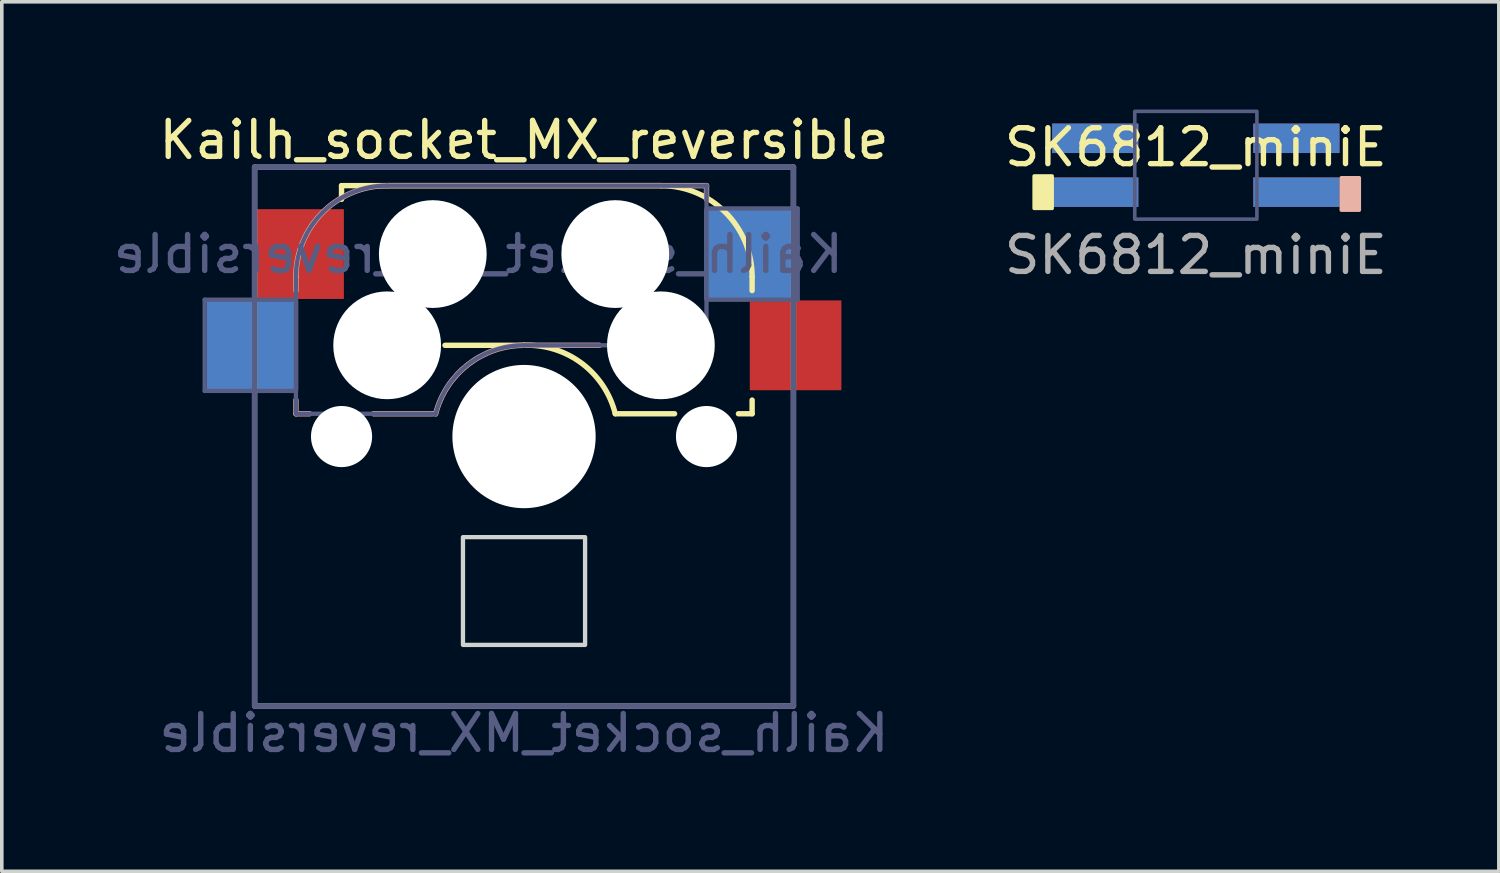
<source format=kicad_pcb>
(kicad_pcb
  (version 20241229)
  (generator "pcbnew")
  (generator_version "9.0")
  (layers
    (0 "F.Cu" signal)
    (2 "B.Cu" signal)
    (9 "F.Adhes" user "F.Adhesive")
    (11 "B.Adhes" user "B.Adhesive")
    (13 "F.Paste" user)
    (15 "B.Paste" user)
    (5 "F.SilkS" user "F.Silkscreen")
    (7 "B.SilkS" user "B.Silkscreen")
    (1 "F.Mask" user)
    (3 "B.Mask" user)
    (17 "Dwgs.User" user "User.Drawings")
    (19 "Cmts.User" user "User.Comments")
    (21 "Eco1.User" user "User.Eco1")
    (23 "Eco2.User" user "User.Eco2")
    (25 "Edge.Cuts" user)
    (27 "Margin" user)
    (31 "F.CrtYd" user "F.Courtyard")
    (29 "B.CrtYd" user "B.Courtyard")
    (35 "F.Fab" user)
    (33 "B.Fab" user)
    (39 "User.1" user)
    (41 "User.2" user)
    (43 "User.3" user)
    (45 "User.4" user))
  (footprint "Kailh_socket_MX_reversible"
    (layer "F.Cu")
    (at 11.538 9.103)
    (property "Reference" "Kailh_socket_MX_reversible" (at 0 -8.255 0) (layer "F.SilkS") (effects (font (size 1 1) (thickness 0.15))))
    (property "Value" "Kailh_socket_MX_reversible" (at 0 8.255 0) (layer "F.Fab") (hide yes) (effects (font (size 1 1) (thickness 0.15))))
    (attr smd)
    (fp_line (start -5.08 -6.985) (end 3.81 -6.985) (stroke (width 0.15) (type solid)) (layer "F.SilkS"))
    (fp_line (start -5.08 -6.604) (end -5.08 -6.985) (stroke (width 0.15) (type solid)) (layer "F.SilkS"))
    (fp_line (start 0 -2.54) (end -2.2 -2.54) (stroke (width 0.15) (type solid)) (layer "F.SilkS"))
    (fp_line (start 4.191 -0.635) (end 2.54 -0.635) (stroke (width 0.15) (type solid)) (layer "F.SilkS"))
    (fp_line (start 6.35 -4.445) (end 6.35 -4.064) (stroke (width 0.15) (type solid)) (layer "F.SilkS"))
    (fp_line (start 6.35 -1.016) (end 6.35 -0.635) (stroke (width 0.15) (type solid)) (layer "F.SilkS"))
    (fp_line (start 6.35 -0.635) (end 5.969 -0.635) (stroke (width 0.15) (type solid)) (layer "F.SilkS"))
    (fp_arc (start 0 -2.54) (mid 1.608176 -2.038401) (end 2.539999 -0.634999) (stroke (width 0.15) (type solid)) (layer "F.SilkS"))
    (fp_arc (start 3.81 -6.985) (mid 5.606051 -6.241051) (end 6.35 -4.445) (stroke (width 0.15) (type solid)) (layer "F.SilkS"))
    (fp_line (start -6.35 -4.445) (end -6.35 -4.064) (stroke (width 0.15) (type solid)) (layer "B.SilkS"))
    (fp_line (start -6.35 -1.016) (end -6.35 -0.635) (stroke (width 0.15) (type solid)) (layer "B.SilkS"))
    (fp_line (start -6.35 -0.635) (end -5.969 -0.635) (stroke (width 0.15) (type solid)) (layer "B.SilkS"))
    (fp_line (start -4.191 -0.635) (end -2.54 -0.635) (stroke (width 0.15) (type solid)) (layer "B.SilkS"))
    (fp_line (start 0 -2.54) (end 2.1 -2.54) (stroke (width 0.15) (type solid)) (layer "B.SilkS"))
    (fp_line (start 5.08 -6.985) (end -3.81 -6.985) (stroke (width 0.15) (type solid)) (layer "B.SilkS"))
    (fp_line (start 5.08 -6.604) (end 5.08 -6.985) (stroke (width 0.15) (type solid)) (layer "B.SilkS"))
    (fp_arc (start -6.35 -4.445) (mid -5.606051 -6.241051) (end -3.81 -6.985) (stroke (width 0.15) (type solid)) (layer "B.SilkS"))
    (fp_arc (start -2.461268 -0.627503) (mid -1.558484 -2.005674) (end 0 -2.54) (stroke (width 0.15) (type solid)) (layer "B.SilkS"))
    (fp_line (start -6.9 6.9) (end -6.9 -6.9) (stroke (width 0.15) (type solid)) (layer "Eco2.User"))
    (fp_line (start -6.9 6.9) (end 6.9 6.9) (stroke (width 0.15) (type solid)) (layer "Eco2.User"))
    (fp_line (start 6.9 -6.9) (end -6.9 -6.9) (stroke (width 0.15) (type solid)) (layer "Eco2.User"))
    (fp_line (start 6.9 -6.9) (end 6.9 6.9) (stroke (width 0.15) (type solid)) (layer "Eco2.User"))
    (fp_rect (start -1.7 2.8) (end 1.7 5.8) (stroke (width 0.12) (type solid)) (fill no) (layer "Edge.Cuts"))
    (fp_line (start -8.89 -3.81) (end -8.89 -1.27) (stroke (width 0.12) (type solid)) (layer "B.Fab"))
    (fp_line (start -8.89 -1.27) (end -6.35 -1.27) (stroke (width 0.12) (type solid)) (layer "B.Fab"))
    (fp_line (start -7.5 -7.5) (end 7.5 -7.5) (stroke (width 0.15) (type solid)) (layer "B.Fab"))
    (fp_line (start -7.5 7.5) (end -7.5 -7.5) (stroke (width 0.15) (type solid)) (layer "B.Fab"))
    (fp_line (start -6.35 -4.445) (end -6.35 -0.635) (stroke (width 0.12) (type solid)) (layer "B.Fab"))
    (fp_line (start -6.35 -3.81) (end -8.89 -3.81) (stroke (width 0.12) (type solid)) (layer "B.Fab"))
    (fp_line (start -6.35 -0.635) (end -2.54 -0.635) (stroke (width 0.12) (type solid)) (layer "B.Fab"))
    (fp_line (start 0 -2.54) (end 5.08 -2.54) (stroke (width 0.12) (type solid)) (layer "B.Fab"))
    (fp_line (start 5.08 -6.985) (end -3.81 -6.985) (stroke (width 0.12) (type solid)) (layer "B.Fab"))
    (fp_line (start 5.08 -3.81) (end 7.62 -3.81) (stroke (width 0.12) (type solid)) (layer "B.Fab"))
    (fp_line (start 5.08 -2.54) (end 5.08 -6.985) (stroke (width 0.12) (type solid)) (layer "B.Fab"))
    (fp_line (start 7.5 -7.5) (end 7.5 7.5) (stroke (width 0.15) (type solid)) (layer "B.Fab"))
    (fp_line (start 7.5 7.5) (end -7.5 7.5) (stroke (width 0.15) (type solid)) (layer "B.Fab"))
    (fp_line (start 7.62 -6.35) (end 5.08 -6.35) (stroke (width 0.12) (type solid)) (layer "B.Fab"))
    (fp_line (start 7.62 -3.81) (end 7.62 -6.35) (stroke (width 0.12) (type solid)) (layer "B.Fab"))
    (fp_arc (start -6.35 -4.445) (mid -5.606051 -6.241051) (end -3.81 -6.985) (stroke (width 0.12) (type solid)) (layer "B.Fab"))
    (fp_arc (start -2.464162 -0.61604) (mid -1.563147 -2.002042) (end 0 -2.54) (stroke (width 0.12) (type solid)) (layer "B.Fab"))
    (fp_line (start -7.5 -7.5) (end 7.5 -7.5) (stroke (width 0.15) (type solid)) (layer "F.Fab"))
    (fp_line (start -7.5 7.5) (end -7.5 -7.5) (stroke (width 0.15) (type solid)) (layer "F.Fab"))
    (fp_line (start 7.5 -7.5) (end 7.5 7.5) (stroke (width 0.15) (type solid)) (layer "F.Fab"))
    (fp_line (start 7.5 7.5) (end -7.5 7.5) (stroke (width 0.15) (type solid)) (layer "F.Fab"))
    (fp_text user "${VALUE}" (at 0 8.255 0) (layer "B.Fab") (effects (font (size 1 1) (thickness 0.15)) (justify mirror)))
    (fp_text user "${REFERENCE}" (at -1.27 -5.08 0) (layer "B.Fab") (effects (font (size 1 1) (thickness 0.15)) (justify mirror)))
    (pad "" np_thru_hole circle (at -5.08 0) (size 1.702 1.702) (drill 1.702) (layers "*.Cu" "*.Mask"))
    (pad "" np_thru_hole circle (at -3.81 -2.54) (size 3 3) (drill 3) (layers "*.Cu" "*.Mask"))
    (pad "" np_thru_hole circle (at -2.54 -5.08 270) (size 3 3) (drill 3) (layers "*.Cu" "*.Mask"))
    (pad "" np_thru_hole circle (at 0 0) (size 3.988 3.988) (drill 3.988) (layers "*.Cu" "*.Mask"))
    (pad "" np_thru_hole circle (at 2.54 -5.08) (size 3 3) (drill 3) (layers "*.Cu" "*.Mask"))
    (pad "" np_thru_hole circle (at 3.81 -2.54 180) (size 3 3) (drill 3) (layers "*.Cu" "*.Mask"))
    (pad "" np_thru_hole circle (at 5.08 0) (size 1.702 1.702) (drill 1.702) (layers "*.Cu" "*.Mask"))
    (pad "1" smd rect (at -7.56 -2.54) (size 2.55 2.5) (layers "B.Cu" "B.Mask" "B.Paste"))
    (pad "1" smd rect (at -6.29 -5.08 180) (size 2.55 2.5) (layers "F.Cu" "F.Mask" "F.Paste"))
    (pad "2" smd rect (at 6.29 -5.08) (size 2.55 2.5) (layers "B.Cu" "B.Mask" "B.Paste"))
    (pad "2" smd rect (at 7.56 -2.54 180) (size 2.55 2.5) (layers "F.Cu" "F.Mask" "F.Paste")))
  (footprint "SK6812_miniE"
    (layer "F.Cu")
    (at 30.24 1.55)
    (property "Reference" "SK6812_miniE" (at 0 -0.5 0) (unlocked yes) (layer "F.SilkS") (effects (font (size 1 1) (thickness 0.15))))
    (fp_poly (pts (xy -4 1.2) (xy -4.5 1.2) (xy -4.5 0.3) (xy -4 0.3)) (stroke (width 0.1) (type solid)) (fill yes) (layer "F.SilkS"))
    (fp_poly (pts (xy 4.55 1.25) (xy 4.05 1.25) (xy 4.05 0.35) (xy 4.55 0.35)) (stroke (width 0.1) (type solid)) (fill yes) (layer "B.SilkS"))
    (fp_rect (start -1.7 -1.5) (end 1.7 1.5) (stroke (width 0.1) (type solid)) (fill no) (layer "B.Fab"))
    (fp_text user "${REFERENCE}" (at 0 2.5 0) (unlocked yes) (layer "F.Fab") (effects (font (size 1 1) (thickness 0.15))))
    (pad "1" smd rect (at -2.8 0.75) (size 2.4 0.82) (layers "B.Cu" "B.Mask" "B.Paste"))
    (pad "1" smd rect (at 2.8 0.75) (size 2.4 0.82) (layers "F.Cu" "F.Mask" "F.Paste"))
    (pad "2" smd rect (at -2.8 0.75) (size 2.4 0.82) (layers "F.Cu" "F.Mask" "F.Paste"))
    (pad "2" smd rect (at 2.8 0.75) (size 2.4 0.82) (layers "B.Cu" "B.Mask" "B.Paste"))
    (pad "3" smd rect (at -2.8 -0.75) (size 2.4 0.82) (layers "F.Cu" "F.Mask" "F.Paste"))
    (pad "3" smd rect (at 2.8 -0.75) (size 2.4 0.82) (layers "B.Cu" "B.Mask" "B.Paste"))
    (pad "4" smd rect (at -2.8 -0.75) (size 2.4 0.82) (layers "B.Cu" "B.Mask" "B.Paste"))
    (pad "4" smd rect (at 2.8 -0.75) (size 2.4 0.82) (layers "F.Cu" "F.Mask" "F.Paste")))
  (gr_rect
    (start -3 -3)
    (end 38.675 21.206)
    (stroke (width 0.1) (type default))
    (fill no)
    (layer "Edge.Cuts")))
</source>
